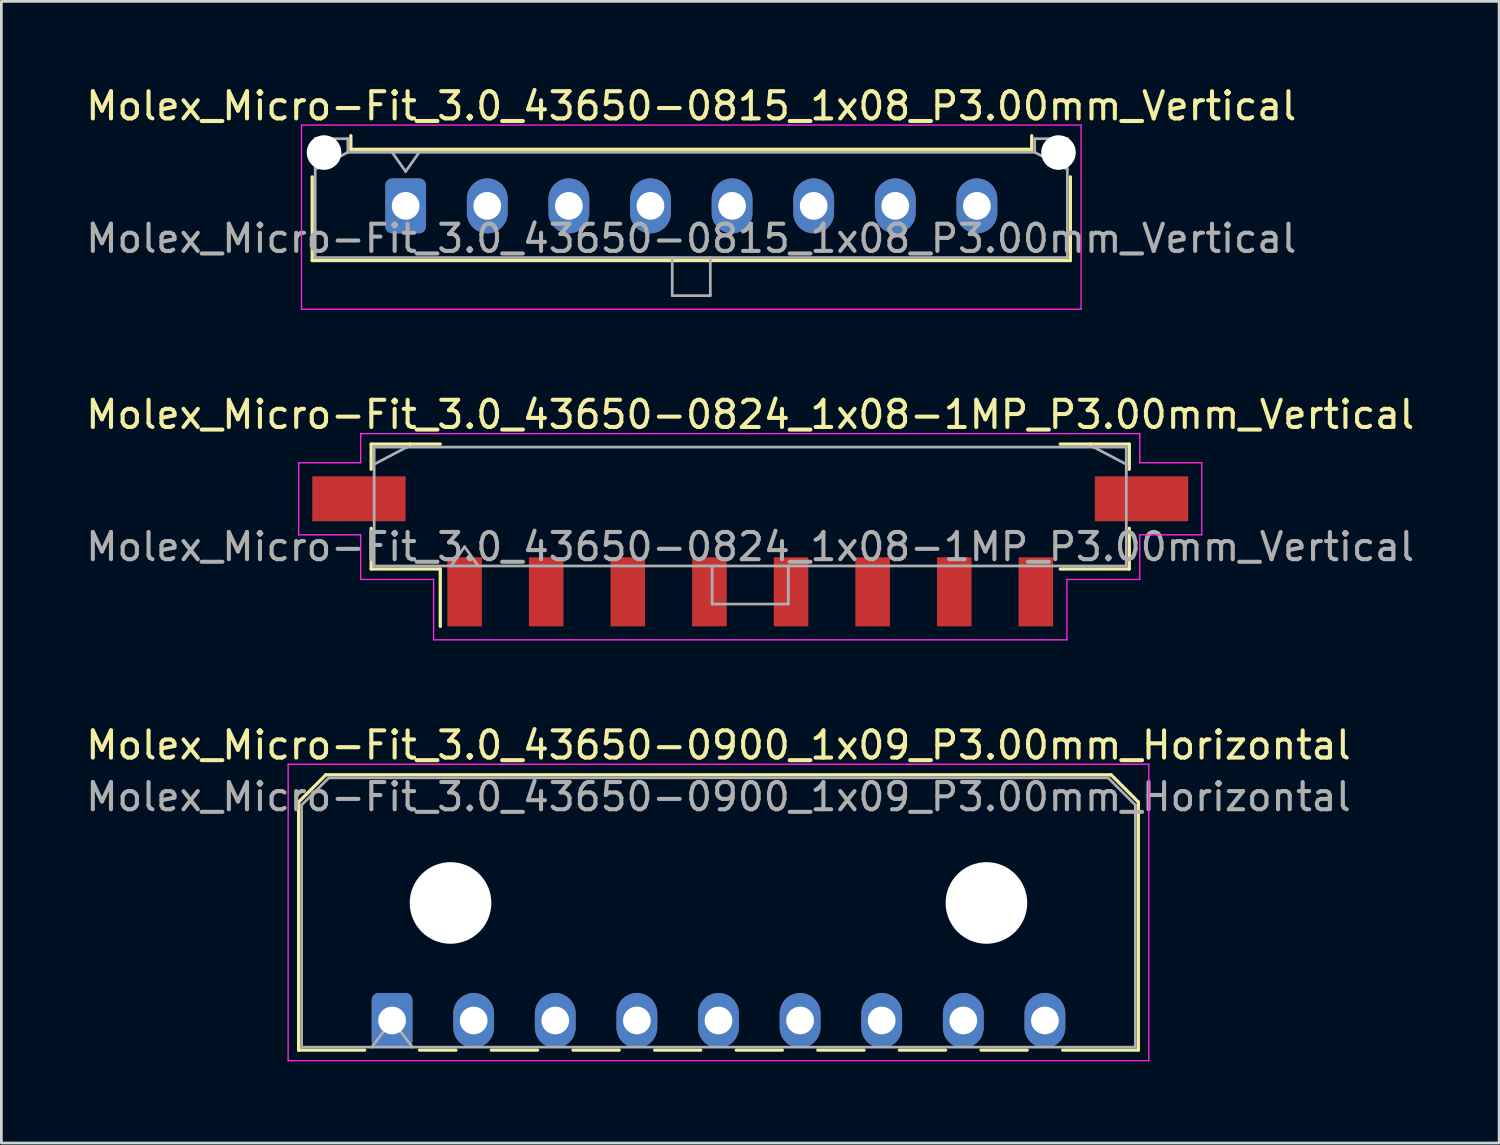
<source format=kicad_pcb>
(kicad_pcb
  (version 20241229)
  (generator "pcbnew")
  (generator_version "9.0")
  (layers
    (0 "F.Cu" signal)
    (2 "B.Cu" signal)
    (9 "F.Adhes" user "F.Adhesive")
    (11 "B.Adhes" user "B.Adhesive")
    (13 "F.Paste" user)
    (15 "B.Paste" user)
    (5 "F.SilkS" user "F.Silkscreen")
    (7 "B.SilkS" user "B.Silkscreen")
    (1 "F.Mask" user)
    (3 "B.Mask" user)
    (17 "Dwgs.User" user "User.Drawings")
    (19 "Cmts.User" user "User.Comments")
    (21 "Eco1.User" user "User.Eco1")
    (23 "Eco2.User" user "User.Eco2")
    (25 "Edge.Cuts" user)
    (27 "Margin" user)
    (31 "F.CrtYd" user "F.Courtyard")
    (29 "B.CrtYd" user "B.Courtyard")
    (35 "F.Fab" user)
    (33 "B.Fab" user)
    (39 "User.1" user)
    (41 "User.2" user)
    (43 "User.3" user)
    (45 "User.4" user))
  (footprint "Molex_Micro-Fit_3.0_43650-0824_1x08-1MP_P3.00mm_Vertical"
    (layer "F.Cu")
    (at 24.53 15.572)
    (property "Reference" "Molex_Micro-Fit_3.0_43650-0824_1x08-1MP_P3.00mm_Vertical" (at 0 -3.38 0) (layer "F.SilkS") (effects (font (size 1 1) (thickness 0.15))))
    (attr smd)
    (fp_line (start -13.935 -2.295) (end -12.515 -2.295) (stroke (width 0.12) (type solid)) (layer "F.SilkS"))
    (fp_line (start -13.935 -1.37) (end -13.935 -2.295) (stroke (width 0.12) (type solid)) (layer "F.SilkS"))
    (fp_line (start -13.935 0.8) (end -13.935 2.295) (stroke (width 0.12) (type solid)) (layer "F.SilkS"))
    (fp_line (start -13.935 2.295) (end -11.395 2.295) (stroke (width 0.12) (type solid)) (layer "F.SilkS"))
    (fp_line (start -12.515 -2.295) (end -12.515 -2.295) (stroke (width 0.12) (type solid)) (layer "F.SilkS"))
    (fp_line (start -12.515 -2.295) (end -11.395 -2.295) (stroke (width 0.12) (type solid)) (layer "F.SilkS"))
    (fp_line (start -11.395 2.295) (end -11.395 4.405) (stroke (width 0.12) (type solid)) (layer "F.SilkS"))
    (fp_line (start 12.515 -2.295) (end 11.395 -2.295) (stroke (width 0.12) (type solid)) (layer "F.SilkS"))
    (fp_line (start 12.515 -2.295) (end 12.515 -2.295) (stroke (width 0.12) (type solid)) (layer "F.SilkS"))
    (fp_line (start 13.935 -2.295) (end 12.515 -2.295) (stroke (width 0.12) (type solid)) (layer "F.SilkS"))
    (fp_line (start 13.935 -1.37) (end 13.935 -2.295) (stroke (width 0.12) (type solid)) (layer "F.SilkS"))
    (fp_line (start 13.935 0.8) (end 13.935 2.295) (stroke (width 0.12) (type solid)) (layer "F.SilkS"))
    (fp_line (start 13.935 2.295) (end 11.395 2.295) (stroke (width 0.12) (type solid)) (layer "F.SilkS"))
    (fp_line (start -16.6 -1.61) (end -16.6 1.04) (stroke (width 0.05) (type solid)) (layer "F.CrtYd"))
    (fp_line (start -16.6 1.04) (end -14.32 1.04) (stroke (width 0.05) (type solid)) (layer "F.CrtYd"))
    (fp_line (start -14.32 -2.68) (end -14.32 -1.61) (stroke (width 0.05) (type solid)) (layer "F.CrtYd"))
    (fp_line (start -14.32 -1.61) (end -16.6 -1.61) (stroke (width 0.05) (type solid)) (layer "F.CrtYd"))
    (fp_line (start -14.32 1.04) (end -14.32 2.68) (stroke (width 0.05) (type solid)) (layer "F.CrtYd"))
    (fp_line (start -14.32 2.68) (end -11.64 2.68) (stroke (width 0.05) (type solid)) (layer "F.CrtYd"))
    (fp_line (start -11.64 -2.68) (end -14.32 -2.68) (stroke (width 0.05) (type solid)) (layer "F.CrtYd"))
    (fp_line (start -11.64 2.68) (end -11.64 4.9) (stroke (width 0.05) (type solid)) (layer "F.CrtYd"))
    (fp_line (start -11.64 4.9) (end 0 4.9) (stroke (width 0.05) (type solid)) (layer "F.CrtYd"))
    (fp_line (start 0 -2.68) (end -11.64 -2.68) (stroke (width 0.05) (type solid)) (layer "F.CrtYd"))
    (fp_line (start 0 -2.68) (end 11.64 -2.68) (stroke (width 0.05) (type solid)) (layer "F.CrtYd"))
    (fp_line (start 11.64 -2.68) (end 14.32 -2.68) (stroke (width 0.05) (type solid)) (layer "F.CrtYd"))
    (fp_line (start 11.64 2.68) (end 11.64 4.9) (stroke (width 0.05) (type solid)) (layer "F.CrtYd"))
    (fp_line (start 11.64 4.9) (end 0 4.9) (stroke (width 0.05) (type solid)) (layer "F.CrtYd"))
    (fp_line (start 14.32 -2.68) (end 14.32 -1.61) (stroke (width 0.05) (type solid)) (layer "F.CrtYd"))
    (fp_line (start 14.32 -1.61) (end 16.6 -1.61) (stroke (width 0.05) (type solid)) (layer "F.CrtYd"))
    (fp_line (start 14.32 1.04) (end 14.32 2.68) (stroke (width 0.05) (type solid)) (layer "F.CrtYd"))
    (fp_line (start 14.32 2.68) (end 11.64 2.68) (stroke (width 0.05) (type solid)) (layer "F.CrtYd"))
    (fp_line (start 16.6 -1.61) (end 16.6 1.04) (stroke (width 0.05) (type solid)) (layer "F.CrtYd"))
    (fp_line (start 16.6 1.04) (end 14.32 1.04) (stroke (width 0.05) (type solid)) (layer "F.CrtYd"))
    (fp_line (start -13.825 -2.185) (end -13.825 2.185) (stroke (width 0.1) (type solid)) (layer "F.Fab"))
    (fp_line (start -13.825 -1.555) (end -12.625 -2.185) (stroke (width 0.1) (type solid)) (layer "F.Fab"))
    (fp_line (start -13.825 2.185) (end 13.825 2.185) (stroke (width 0.1) (type solid)) (layer "F.Fab"))
    (fp_line (start -12.625 -2.185) (end -13.825 -2.185) (stroke (width 0.1) (type solid)) (layer "F.Fab"))
    (fp_line (start -12.625 -2.185) (end -12.625 -2.185) (stroke (width 0.1) (type solid)) (layer "F.Fab"))
    (fp_line (start -11 2.185) (end -10.5 1.478) (stroke (width 0.1) (type solid)) (layer "F.Fab"))
    (fp_line (start -10.5 1.478) (end -10 2.185) (stroke (width 0.1) (type solid)) (layer "F.Fab"))
    (fp_line (start -1.4 2.185) (end -1.4 3.585) (stroke (width 0.1) (type solid)) (layer "F.Fab"))
    (fp_line (start -1.4 3.585) (end 1.4 3.585) (stroke (width 0.1) (type solid)) (layer "F.Fab"))
    (fp_line (start 1.4 3.585) (end 1.4 2.185) (stroke (width 0.1) (type solid)) (layer "F.Fab"))
    (fp_line (start 12.625 -2.185) (end -12.625 -2.185) (stroke (width 0.1) (type solid)) (layer "F.Fab"))
    (fp_line (start 12.625 -2.185) (end 12.625 -2.185) (stroke (width 0.1) (type solid)) (layer "F.Fab"))
    (fp_line (start 13.825 -2.185) (end 12.625 -2.185) (stroke (width 0.1) (type solid)) (layer "F.Fab"))
    (fp_line (start 13.825 -1.555) (end 12.625 -2.185) (stroke (width 0.1) (type solid)) (layer "F.Fab"))
    (fp_line (start 13.825 2.185) (end 13.825 -2.185) (stroke (width 0.1) (type solid)) (layer "F.Fab"))
    (fp_text user "${REFERENCE}" (at 0 1.48 0) (layer "F.Fab") (effects (font (size 1 1) (thickness 0.15))))
    (pad "1" smd rect (at -10.5 3.135) (size 1.27 2.54) (layers "F.Cu" "F.Mask" "F.Paste"))
    (pad "2" smd rect (at -7.5 3.135) (size 1.27 2.54) (layers "F.Cu" "F.Mask" "F.Paste"))
    (pad "3" smd rect (at -4.5 3.135) (size 1.27 2.54) (layers "F.Cu" "F.Mask" "F.Paste"))
    (pad "4" smd rect (at -1.5 3.135) (size 1.27 2.54) (layers "F.Cu" "F.Mask" "F.Paste"))
    (pad "5" smd rect (at 1.5 3.135) (size 1.27 2.54) (layers "F.Cu" "F.Mask" "F.Paste"))
    (pad "6" smd rect (at 4.5 3.135) (size 1.27 2.54) (layers "F.Cu" "F.Mask" "F.Paste"))
    (pad "7" smd rect (at 7.5 3.135) (size 1.27 2.54) (layers "F.Cu" "F.Mask" "F.Paste"))
    (pad "8" smd rect (at 10.5 3.135) (size 1.27 2.54) (layers "F.Cu" "F.Mask" "F.Paste"))
    (pad "MP" smd rect (at -14.385 -0.285) (size 3.43 1.65) (layers "F.Cu" "F.Mask" "F.Paste"))
    (pad "MP" smd rect (at 14.385 -0.285) (size 3.43 1.65) (layers "F.Cu" "F.Mask" "F.Paste")))
  (footprint "Molex_Micro-Fit_3.0_43650-0900_1x09_P3.00mm_Horizontal"
    (layer "F.Cu")
    (at 11.363 34.465)
    (property "Reference" "Molex_Micro-Fit_3.0_43650-0900_1x09_P3.00mm_Horizontal" (at 12 -10.12 0) (layer "F.SilkS") (effects (font (size 1 1) (thickness 0.15))))
    (attr through_hole)
    (fp_line (start -3.435 -8.03) (end -2.435 -9.03) (stroke (width 0.12) (type solid)) (layer "F.SilkS"))
    (fp_line (start -3.435 1.09) (end -3.435 -8.03) (stroke (width 0.12) (type solid)) (layer "F.SilkS"))
    (fp_line (start -3.435 1.09) (end -1.01 1.09) (stroke (width 0.12) (type solid)) (layer "F.SilkS"))
    (fp_line (start -2.435 -9.03) (end 26.435 -9.03) (stroke (width 0.12) (type solid)) (layer "F.SilkS"))
    (fp_line (start 1.01 1.09) (end 2.348 1.09) (stroke (width 0.12) (type solid)) (layer "F.SilkS"))
    (fp_line (start 3.652 1.09) (end 5.348 1.09) (stroke (width 0.12) (type solid)) (layer "F.SilkS"))
    (fp_line (start 6.652 1.09) (end 8.348 1.09) (stroke (width 0.12) (type solid)) (layer "F.SilkS"))
    (fp_line (start 9.652 1.09) (end 11.348 1.09) (stroke (width 0.12) (type solid)) (layer "F.SilkS"))
    (fp_line (start 12.652 1.09) (end 14.348 1.09) (stroke (width 0.12) (type solid)) (layer "F.SilkS"))
    (fp_line (start 15.652 1.09) (end 17.348 1.09) (stroke (width 0.12) (type solid)) (layer "F.SilkS"))
    (fp_line (start 18.652 1.09) (end 20.348 1.09) (stroke (width 0.12) (type solid)) (layer "F.SilkS"))
    (fp_line (start 21.652 1.09) (end 23.348 1.09) (stroke (width 0.12) (type solid)) (layer "F.SilkS"))
    (fp_line (start 26.435 -9.03) (end 27.435 -8.03) (stroke (width 0.12) (type solid)) (layer "F.SilkS"))
    (fp_line (start 27.435 -8.03) (end 27.435 1.09) (stroke (width 0.12) (type solid)) (layer "F.SilkS"))
    (fp_line (start 27.435 1.09) (end 24.652 1.09) (stroke (width 0.12) (type solid)) (layer "F.SilkS"))
    (fp_line (start -3.82 -9.42) (end 27.82 -9.42) (stroke (width 0.05) (type solid)) (layer "F.CrtYd"))
    (fp_line (start -3.82 1.48) (end -3.82 -9.42) (stroke (width 0.05) (type solid)) (layer "F.CrtYd"))
    (fp_line (start 27.82 -9.42) (end 27.82 1.48) (stroke (width 0.05) (type solid)) (layer "F.CrtYd"))
    (fp_line (start 27.82 1.48) (end -3.82 1.48) (stroke (width 0.05) (type solid)) (layer "F.CrtYd"))
    (fp_line (start -3.325 -7.92) (end -2.325 -8.92) (stroke (width 0.1) (type solid)) (layer "F.Fab"))
    (fp_line (start -3.325 0.98) (end -3.325 -7.92) (stroke (width 0.1) (type solid)) (layer "F.Fab"))
    (fp_line (start -2.325 -8.92) (end 26.325 -8.92) (stroke (width 0.1) (type solid)) (layer "F.Fab"))
    (fp_line (start -0.75 0.98) (end 0 0) (stroke (width 0.1) (type solid)) (layer "F.Fab"))
    (fp_line (start 0 0) (end 0.75 0.98) (stroke (width 0.1) (type solid)) (layer "F.Fab"))
    (fp_line (start 26.325 -8.92) (end 27.325 -7.92) (stroke (width 0.1) (type solid)) (layer "F.Fab"))
    (fp_line (start 27.325 -7.92) (end 27.325 0.98) (stroke (width 0.1) (type solid)) (layer "F.Fab"))
    (fp_line (start 27.325 0.98) (end -3.325 0.98) (stroke (width 0.1) (type solid)) (layer "F.Fab"))
    (fp_text user "${REFERENCE}" (at 12 -8.22 0) (layer "F.Fab") (effects (font (size 1 1) (thickness 0.15))))
    (pad "" np_thru_hole circle (at 2.15 -4.32) (size 3 3) (drill 3) (layers "*.Cu" "*.Mask"))
    (pad "" np_thru_hole circle (at 21.85 -4.32) (size 3 3) (drill 3) (layers "*.Cu" "*.Mask"))
    (pad "1" thru_hole roundrect (at 0 0) (size 1.5 2.02) (drill 1.02) (layers "*.Cu" "*.Mask") (roundrect_rratio 0.167))
    (pad "2" thru_hole oval (at 3 0) (size 1.5 2.02) (drill 1.02) (layers "*.Cu" "*.Mask"))
    (pad "3" thru_hole oval (at 6 0) (size 1.5 2.02) (drill 1.02) (layers "*.Cu" "*.Mask"))
    (pad "4" thru_hole oval (at 9 0) (size 1.5 2.02) (drill 1.02) (layers "*.Cu" "*.Mask"))
    (pad "5" thru_hole oval (at 12 0) (size 1.5 2.02) (drill 1.02) (layers "*.Cu" "*.Mask"))
    (pad "6" thru_hole oval (at 15 0) (size 1.5 2.02) (drill 1.02) (layers "*.Cu" "*.Mask"))
    (pad "7" thru_hole oval (at 18 0) (size 1.5 2.02) (drill 1.02) (layers "*.Cu" "*.Mask"))
    (pad "8" thru_hole oval (at 21 0) (size 1.5 2.02) (drill 1.02) (layers "*.Cu" "*.Mask"))
    (pad "9" thru_hole oval (at 24 0) (size 1.5 2.02) (drill 1.02) (layers "*.Cu" "*.Mask")))
  (footprint "Molex_Micro-Fit_3.0_43650-0815_1x08_P3.00mm_Vertical"
    (layer "F.Cu")
    (at 11.863 4.518)
    (property "Reference" "Molex_Micro-Fit_3.0_43650-0815_1x08_P3.00mm_Vertical" (at 10.5 -3.67 0) (layer "F.SilkS") (effects (font (size 1 1) (thickness 0.15))))
    (fp_line (start -3.435 -1.065) (end -3.435 2.01) (stroke (width 0.12) (type solid)) (layer "F.SilkS"))
    (fp_line (start -3.435 2.01) (end 24.435 2.01) (stroke (width 0.12) (type solid)) (layer "F.SilkS"))
    (fp_line (start -2.015 -2.58) (end -2.015 -2.08) (stroke (width 0.12) (type solid)) (layer "F.SilkS"))
    (fp_line (start -2.015 -2.08) (end 23.015 -2.08) (stroke (width 0.12) (type solid)) (layer "F.SilkS"))
    (fp_line (start 23.015 -2.08) (end 23.015 -2.58) (stroke (width 0.12) (type solid)) (layer "F.SilkS"))
    (fp_line (start 24.435 2.01) (end 24.435 -1.065) (stroke (width 0.12) (type solid)) (layer "F.SilkS"))
    (fp_line (start -3.83 -2.97) (end 24.83 -2.97) (stroke (width 0.05) (type solid)) (layer "F.CrtYd"))
    (fp_line (start -3.83 3.8) (end -3.83 -2.97) (stroke (width 0.05) (type solid)) (layer "F.CrtYd"))
    (fp_line (start 24.83 -2.97) (end 24.83 3.8) (stroke (width 0.05) (type solid)) (layer "F.CrtYd"))
    (fp_line (start 24.83 3.8) (end -3.83 3.8) (stroke (width 0.05) (type solid)) (layer "F.CrtYd"))
    (fp_line (start -3.325 -2.47) (end -3.325 1.9) (stroke (width 0.1) (type solid)) (layer "F.Fab"))
    (fp_line (start -3.325 -1.34) (end -2.125 -1.97) (stroke (width 0.1) (type solid)) (layer "F.Fab"))
    (fp_line (start -3.325 1.9) (end 24.325 1.9) (stroke (width 0.1) (type solid)) (layer "F.Fab"))
    (fp_line (start -2.125 -2.47) (end -3.325 -2.47) (stroke (width 0.1) (type solid)) (layer "F.Fab"))
    (fp_line (start -2.125 -1.97) (end -2.125 -2.47) (stroke (width 0.1) (type solid)) (layer "F.Fab"))
    (fp_line (start -0.5 -1.97) (end 0 -1.263) (stroke (width 0.1) (type solid)) (layer "F.Fab"))
    (fp_line (start 0 -1.263) (end 0.5 -1.97) (stroke (width 0.1) (type solid)) (layer "F.Fab"))
    (fp_line (start 9.8 1.9) (end 9.8 3.3) (stroke (width 0.1) (type solid)) (layer "F.Fab"))
    (fp_line (start 9.8 3.3) (end 11.2 3.3) (stroke (width 0.1) (type solid)) (layer "F.Fab"))
    (fp_line (start 11.2 3.3) (end 11.2 1.9) (stroke (width 0.1) (type solid)) (layer "F.Fab"))
    (fp_line (start 23.125 -2.47) (end 23.125 -1.97) (stroke (width 0.1) (type solid)) (layer "F.Fab"))
    (fp_line (start 23.125 -1.97) (end -2.125 -1.97) (stroke (width 0.1) (type solid)) (layer "F.Fab"))
    (fp_line (start 24.325 -2.47) (end 23.125 -2.47) (stroke (width 0.1) (type solid)) (layer "F.Fab"))
    (fp_line (start 24.325 -1.34) (end 23.125 -1.97) (stroke (width 0.1) (type solid)) (layer "F.Fab"))
    (fp_line (start 24.325 1.9) (end 24.325 -2.47) (stroke (width 0.1) (type solid)) (layer "F.Fab"))
    (fp_text user "${REFERENCE}" (at 10.5 1.2 0) (layer "F.Fab") (effects (font (size 1 1) (thickness 0.15))))
    (pad "" np_thru_hole circle (at -3 -1.96) (size 1.27 1.27) (drill 1.27) (layers "*.Cu" "*.Mask"))
    (pad "" np_thru_hole circle (at 24 -1.96) (size 1.27 1.27) (drill 1.27) (layers "*.Cu" "*.Mask"))
    (pad "1" thru_hole roundrect (at 0 0) (size 1.5 2.02) (drill 1.02) (layers "*.Cu" "*.Mask") (roundrect_rratio 0.167))
    (pad "2" thru_hole oval (at 3 0) (size 1.5 2.02) (drill 1.02) (layers "*.Cu" "*.Mask"))
    (pad "3" thru_hole oval (at 6 0) (size 1.5 2.02) (drill 1.02) (layers "*.Cu" "*.Mask"))
    (pad "4" thru_hole oval (at 9 0) (size 1.5 2.02) (drill 1.02) (layers "*.Cu" "*.Mask"))
    (pad "5" thru_hole oval (at 12 0) (size 1.5 2.02) (drill 1.02) (layers "*.Cu" "*.Mask"))
    (pad "6" thru_hole oval (at 15 0) (size 1.5 2.02) (drill 1.02) (layers "*.Cu" "*.Mask"))
    (pad "7" thru_hole oval (at 18 0) (size 1.5 2.02) (drill 1.02) (layers "*.Cu" "*.Mask"))
    (pad "8" thru_hole oval (at 21 0) (size 1.5 2.02) (drill 1.02) (layers "*.Cu" "*.Mask")))
  (gr_rect
    (start -3 -3)
    (end 52.06 38.97)
    (stroke (width 0.1) (type default))
    (fill no)
    (layer "Edge.Cuts")))
</source>
